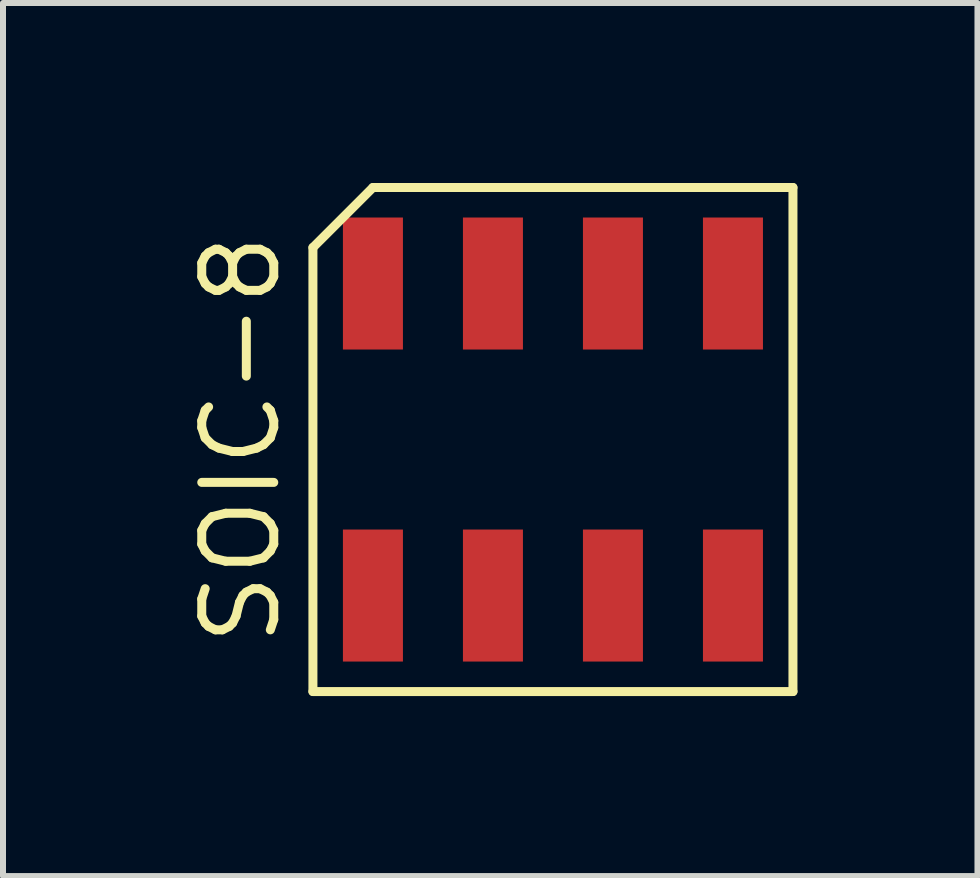
<source format=kicad_pcb>
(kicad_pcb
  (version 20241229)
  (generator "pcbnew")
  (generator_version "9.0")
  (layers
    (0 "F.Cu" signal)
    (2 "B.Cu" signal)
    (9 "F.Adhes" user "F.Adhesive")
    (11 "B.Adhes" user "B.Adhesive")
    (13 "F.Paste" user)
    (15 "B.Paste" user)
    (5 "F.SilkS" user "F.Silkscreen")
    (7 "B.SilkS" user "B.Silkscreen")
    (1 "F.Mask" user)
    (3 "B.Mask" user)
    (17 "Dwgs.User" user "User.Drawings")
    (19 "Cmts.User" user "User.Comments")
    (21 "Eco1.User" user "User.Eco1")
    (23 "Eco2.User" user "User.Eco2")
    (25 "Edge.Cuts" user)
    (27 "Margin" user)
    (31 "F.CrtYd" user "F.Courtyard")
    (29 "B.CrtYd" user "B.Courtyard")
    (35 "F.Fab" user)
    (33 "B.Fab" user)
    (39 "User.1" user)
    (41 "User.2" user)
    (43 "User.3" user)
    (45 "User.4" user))
  (footprint "SOIC-8"
    (layer "F.Cu")
    (at 6.165 4.275)
    (property "Reference" "SOIC-8" (at -5.2 0 90) (layer "F.SilkS") (effects (font (size 1.2 1.2) (thickness 0.15))))
    (attr through_hole)
    (fp_line (start -4 -3.2) (end -4 4.2) (stroke (width 0.15) (type solid)) (layer "F.SilkS"))
    (fp_line (start -4 4.2) (end 4 4.2) (stroke (width 0.15) (type solid)) (layer "F.SilkS"))
    (fp_line (start -3 -4.2) (end -4 -3.2) (stroke (width 0.15) (type solid)) (layer "F.SilkS"))
    (fp_line (start 4 -4.2) (end -3 -4.2) (stroke (width 0.15) (type solid)) (layer "F.SilkS"))
    (fp_line (start 4 4.2) (end 4 -4.2) (stroke (width 0.15) (type solid)) (layer "F.SilkS"))
    (pad "1" smd rect (at -3 2.6) (size 1 2.2) (layers "F.Cu" "F.Mask" "F.Paste"))
    (pad "2" smd rect (at -1 2.6) (size 1 2.2) (layers "F.Cu" "F.Mask" "F.Paste"))
    (pad "3" smd rect (at 1 2.6) (size 1 2.2) (layers "F.Cu" "F.Mask" "F.Paste"))
    (pad "4" smd rect (at 3 2.6) (size 1 2.2) (layers "F.Cu" "F.Mask" "F.Paste"))
    (pad "5" smd rect (at 3 -2.6) (size 1 2.2) (layers "F.Cu" "F.Mask" "F.Paste"))
    (pad "6" smd rect (at 1 -2.6) (size 1 2.2) (layers "F.Cu" "F.Mask" "F.Paste"))
    (pad "7" smd rect (at -1 -2.6) (size 1 2.2) (layers "F.Cu" "F.Mask" "F.Paste"))
    (pad "8" smd rect (at -3 -2.6) (size 1 2.2) (layers "F.Cu" "F.Mask" "F.Paste")))
  (gr_rect
    (start -3 -3)
    (end 13.24 11.55)
    (stroke (width 0.1) (type default))
    (fill no)
    (layer "Edge.Cuts")))
</source>
